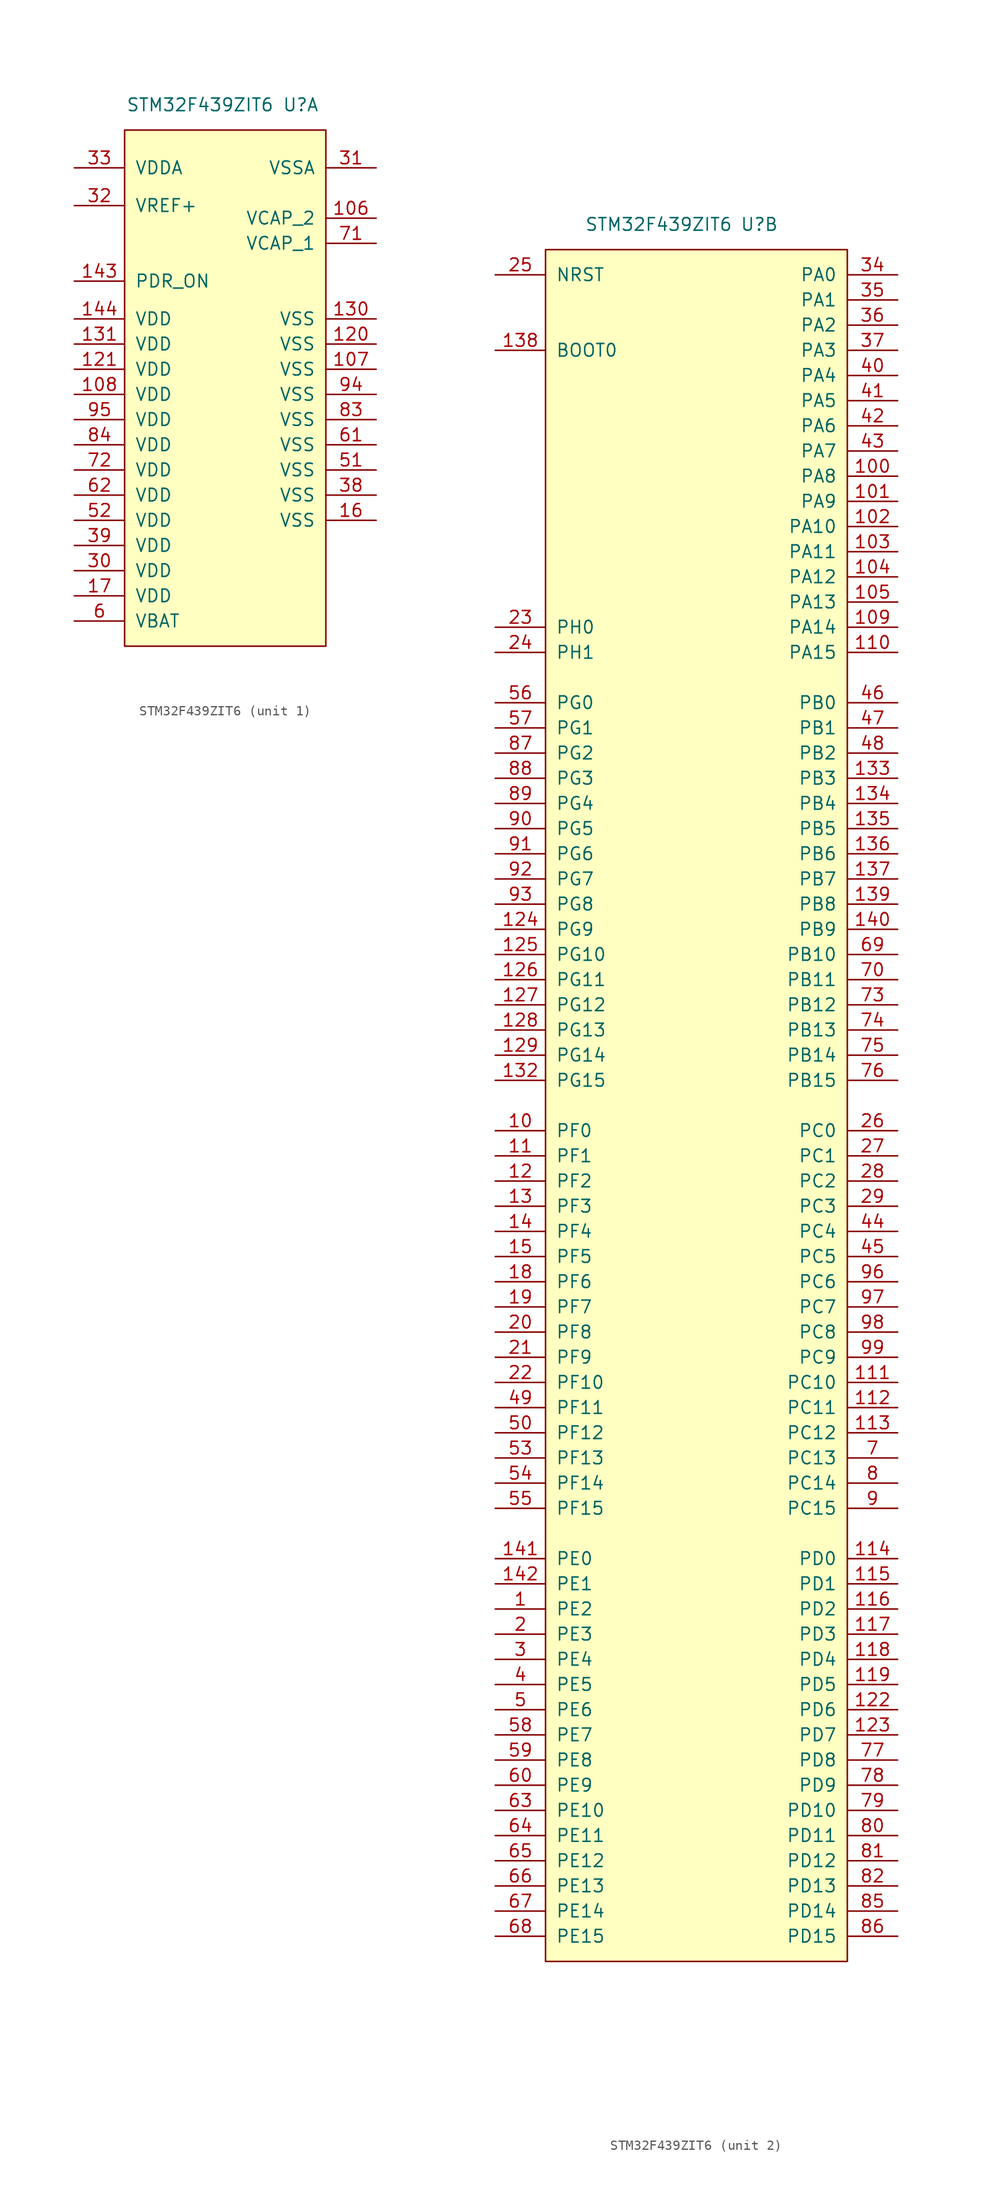
<source format=kicad_sym>
(kicad_symbol_lib
  (version 20211014)
  (generator kicad_symbol_editor)
  (symbol "STM32F439ZIT6"
    (pin_names
      (offset 1.016))
    (property "Reference" "U"
      (at 6.35 67.31 0)
      (effects (font (size 1.27 1.27))))
    (property "Value" "STM32F439ZIT6"
      (at -3.81 67.31 0)
      (effects (font (size 1.27 1.27))))
    (property "ki_locked" ""
      (at 0 0 0)
      (effects (font (size 1.27 1.27))))
    (symbol "STM32F439ZIT6_1_1"
      (rectangle (start -11.43 64.77) (end 8.89 12.7) (stroke (width 0) (type default) (color 0 0 0 0)) (fill (type background)))
      (pin power_in line (at 13.97 55.88 180) (length 5.08) (name "VCAP_2" (effects (font (size 1.27 1.27)))) (number "106" (effects (font (size 1.27 1.27)))))
      (pin power_in line (at 13.97 40.64 180) (length 5.08) (name "VSS" (effects (font (size 1.27 1.27)))) (number "107" (effects (font (size 1.27 1.27)))))
      (pin power_in line (at -16.51 38.1 0) (length 5.08) (name "VDD" (effects (font (size 1.27 1.27)))) (number "108" (effects (font (size 1.27 1.27)))))
      (pin power_in line (at 13.97 43.18 180) (length 5.08) (name "VSS" (effects (font (size 1.27 1.27)))) (number "120" (effects (font (size 1.27 1.27)))))
      (pin power_in line (at -16.51 40.64 0) (length 5.08) (name "VDD" (effects (font (size 1.27 1.27)))) (number "121" (effects (font (size 1.27 1.27)))))
      (pin power_in line (at 13.97 45.72 180) (length 5.08) (name "VSS" (effects (font (size 1.27 1.27)))) (number "130" (effects (font (size 1.27 1.27)))))
      (pin power_in line (at -16.51 43.18 0) (length 5.08) (name "VDD" (effects (font (size 1.27 1.27)))) (number "131" (effects (font (size 1.27 1.27)))))
      (pin input line (at -16.51 49.53 0) (length 5.08) (name "PDR_ON" (effects (font (size 1.27 1.27)))) (number "143" (effects (font (size 1.27 1.27)))))
      (pin power_in line (at -16.51 45.72 0) (length 5.08) (name "VDD" (effects (font (size 1.27 1.27)))) (number "144" (effects (font (size 1.27 1.27)))))
      (pin power_in line (at 13.97 25.4 180) (length 5.08) (name "VSS" (effects (font (size 1.27 1.27)))) (number "16" (effects (font (size 1.27 1.27)))))
      (pin power_in line (at -16.51 17.78 0) (length 5.08) (name "VDD" (effects (font (size 1.27 1.27)))) (number "17" (effects (font (size 1.27 1.27)))))
      (pin power_in line (at -16.51 20.32 0) (length 5.08) (name "VDD" (effects (font (size 1.27 1.27)))) (number "30" (effects (font (size 1.27 1.27)))))
      (pin power_in line (at 13.97 60.96 180) (length 5.08) (name "VSSA" (effects (font (size 1.27 1.27)))) (number "31" (effects (font (size 1.27 1.27)))))
      (pin power_in line (at -16.51 57.15 0) (length 5.08) (name "VREF+" (effects (font (size 1.27 1.27)))) (number "32" (effects (font (size 1.27 1.27)))))
      (pin power_in line (at -16.51 60.96 0) (length 5.08) (name "VDDA" (effects (font (size 1.27 1.27)))) (number "33" (effects (font (size 1.27 1.27)))))
      (pin power_in line (at 13.97 27.94 180) (length 5.08) (name "VSS" (effects (font (size 1.27 1.27)))) (number "38" (effects (font (size 1.27 1.27)))))
      (pin power_in line (at -16.51 22.86 0) (length 5.08) (name "VDD" (effects (font (size 1.27 1.27)))) (number "39" (effects (font (size 1.27 1.27)))))
      (pin power_in line (at 13.97 30.48 180) (length 5.08) (name "VSS" (effects (font (size 1.27 1.27)))) (number "51" (effects (font (size 1.27 1.27)))))
      (pin power_in line (at -16.51 25.4 0) (length 5.08) (name "VDD" (effects (font (size 1.27 1.27)))) (number "52" (effects (font (size 1.27 1.27)))))
      (pin power_in line (at -16.51 15.24 0) (length 5.08) (name "VBAT" (effects (font (size 1.27 1.27)))) (number "6" (effects (font (size 1.27 1.27)))))
      (pin power_in line (at 13.97 33.02 180) (length 5.08) (name "VSS" (effects (font (size 1.27 1.27)))) (number "61" (effects (font (size 1.27 1.27)))))
      (pin power_in line (at -16.51 27.94 0) (length 5.08) (name "VDD" (effects (font (size 1.27 1.27)))) (number "62" (effects (font (size 1.27 1.27)))))
      (pin power_in line (at 13.97 53.34 180) (length 5.08) (name "VCAP_1" (effects (font (size 1.27 1.27)))) (number "71" (effects (font (size 1.27 1.27)))))
      (pin power_in line (at -16.51 30.48 0) (length 5.08) (name "VDD" (effects (font (size 1.27 1.27)))) (number "72" (effects (font (size 1.27 1.27)))))
      (pin power_in line (at 13.97 35.56 180) (length 5.08) (name "VSS" (effects (font (size 1.27 1.27)))) (number "83" (effects (font (size 1.27 1.27)))))
      (pin power_in line (at -16.51 33.02 0) (length 5.08) (name "VDD" (effects (font (size 1.27 1.27)))) (number "84" (effects (font (size 1.27 1.27)))))
      (pin power_in line (at 13.97 38.1 180) (length 5.08) (name "VSS" (effects (font (size 1.27 1.27)))) (number "94" (effects (font (size 1.27 1.27)))))
      (pin power_in line (at -16.51 35.56 0) (length 5.08) (name "VDD" (effects (font (size 1.27 1.27)))) (number "95" (effects (font (size 1.27 1.27))))))
    (symbol "STM32F439ZIT6_2_1"
      (rectangle (start -15.24 64.77) (end 15.24 -107.95) (stroke (width 0) (type default) (color 0 0 0 0)) (fill (type background)))
      (pin bidirectional line (at -20.32 -72.39 0) (length 5.08) (name "PE2" (effects (font (size 1.27 1.27)))) (number "1" (effects (font (size 1.27 1.27)))))
      (pin bidirectional line (at -20.32 -24.13 0) (length 5.08) (name "PF0" (effects (font (size 1.27 1.27)))) (number "10" (effects (font (size 1.27 1.27)))))
      (pin bidirectional line (at 20.32 41.91 180) (length 5.08) (name "PA8" (effects (font (size 1.27 1.27)))) (number "100" (effects (font (size 1.27 1.27)))))
      (pin bidirectional line (at 20.32 39.37 180) (length 5.08) (name "PA9" (effects (font (size 1.27 1.27)))) (number "101" (effects (font (size 1.27 1.27)))))
      (pin bidirectional line (at 20.32 36.83 180) (length 5.08) (name "PA10" (effects (font (size 1.27 1.27)))) (number "102" (effects (font (size 1.27 1.27)))))
      (pin bidirectional line (at 20.32 34.29 180) (length 5.08) (name "PA11" (effects (font (size 1.27 1.27)))) (number "103" (effects (font (size 1.27 1.27)))))
      (pin bidirectional line (at 20.32 31.75 180) (length 5.08) (name "PA12" (effects (font (size 1.27 1.27)))) (number "104" (effects (font (size 1.27 1.27)))))
      (pin bidirectional line (at 20.32 29.21 180) (length 5.08) (name "PA13" (effects (font (size 1.27 1.27)))) (number "105" (effects (font (size 1.27 1.27)))))
      (pin bidirectional line (at 20.32 26.67 180) (length 5.08) (name "PA14" (effects (font (size 1.27 1.27)))) (number "109" (effects (font (size 1.27 1.27)))))
      (pin bidirectional line (at -20.32 -26.67 0) (length 5.08) (name "PF1" (effects (font (size 1.27 1.27)))) (number "11" (effects (font (size 1.27 1.27)))))
      (pin bidirectional line (at 20.32 24.13 180) (length 5.08) (name "PA15" (effects (font (size 1.27 1.27)))) (number "110" (effects (font (size 1.27 1.27)))))
      (pin bidirectional line (at 20.32 -49.53 180) (length 5.08) (name "PC10" (effects (font (size 1.27 1.27)))) (number "111" (effects (font (size 1.27 1.27)))))
      (pin bidirectional line (at 20.32 -52.07 180) (length 5.08) (name "PC11" (effects (font (size 1.27 1.27)))) (number "112" (effects (font (size 1.27 1.27)))))
      (pin bidirectional line (at 20.32 -54.61 180) (length 5.08) (name "PC12" (effects (font (size 1.27 1.27)))) (number "113" (effects (font (size 1.27 1.27)))))
      (pin bidirectional line (at 20.32 -67.31 180) (length 5.08) (name "PD0" (effects (font (size 1.27 1.27)))) (number "114" (effects (font (size 1.27 1.27)))))
      (pin bidirectional line (at 20.32 -69.85 180) (length 5.08) (name "PD1" (effects (font (size 1.27 1.27)))) (number "115" (effects (font (size 1.27 1.27)))))
      (pin bidirectional line (at 20.32 -72.39 180) (length 5.08) (name "PD2" (effects (font (size 1.27 1.27)))) (number "116" (effects (font (size 1.27 1.27)))))
      (pin bidirectional line (at 20.32 -74.93 180) (length 5.08) (name "PD3" (effects (font (size 1.27 1.27)))) (number "117" (effects (font (size 1.27 1.27)))))
      (pin bidirectional line (at 20.32 -77.47 180) (length 5.08) (name "PD4" (effects (font (size 1.27 1.27)))) (number "118" (effects (font (size 1.27 1.27)))))
      (pin bidirectional line (at 20.32 -80.01 180) (length 5.08) (name "PD5" (effects (font (size 1.27 1.27)))) (number "119" (effects (font (size 1.27 1.27)))))
      (pin bidirectional line (at -20.32 -29.21 0) (length 5.08) (name "PF2" (effects (font (size 1.27 1.27)))) (number "12" (effects (font (size 1.27 1.27)))))
      (pin bidirectional line (at 20.32 -82.55 180) (length 5.08) (name "PD6" (effects (font (size 1.27 1.27)))) (number "122" (effects (font (size 1.27 1.27)))))
      (pin bidirectional line (at 20.32 -85.09 180) (length 5.08) (name "PD7" (effects (font (size 1.27 1.27)))) (number "123" (effects (font (size 1.27 1.27)))))
      (pin bidirectional line (at -20.32 -3.81 0) (length 5.08) (name "PG9" (effects (font (size 1.27 1.27)))) (number "124" (effects (font (size 1.27 1.27)))))
      (pin bidirectional line (at -20.32 -6.35 0) (length 5.08) (name "PG10" (effects (font (size 1.27 1.27)))) (number "125" (effects (font (size 1.27 1.27)))))
      (pin bidirectional line (at -20.32 -8.89 0) (length 5.08) (name "PG11" (effects (font (size 1.27 1.27)))) (number "126" (effects (font (size 1.27 1.27)))))
      (pin bidirectional line (at -20.32 -11.43 0) (length 5.08) (name "PG12" (effects (font (size 1.27 1.27)))) (number "127" (effects (font (size 1.27 1.27)))))
      (pin bidirectional line (at -20.32 -13.97 0) (length 5.08) (name "PG13" (effects (font (size 1.27 1.27)))) (number "128" (effects (font (size 1.27 1.27)))))
      (pin bidirectional line (at -20.32 -16.51 0) (length 5.08) (name "PG14" (effects (font (size 1.27 1.27)))) (number "129" (effects (font (size 1.27 1.27)))))
      (pin bidirectional line (at -20.32 -31.75 0) (length 5.08) (name "PF3" (effects (font (size 1.27 1.27)))) (number "13" (effects (font (size 1.27 1.27)))))
      (pin bidirectional line (at -20.32 -19.05 0) (length 5.08) (name "PG15" (effects (font (size 1.27 1.27)))) (number "132" (effects (font (size 1.27 1.27)))))
      (pin bidirectional line (at 20.32 11.43 180) (length 5.08) (name "PB3" (effects (font (size 1.27 1.27)))) (number "133" (effects (font (size 1.27 1.27)))))
      (pin bidirectional line (at 20.32 8.89 180) (length 5.08) (name "PB4" (effects (font (size 1.27 1.27)))) (number "134" (effects (font (size 1.27 1.27)))))
      (pin bidirectional line (at 20.32 6.35 180) (length 5.08) (name "PB5" (effects (font (size 1.27 1.27)))) (number "135" (effects (font (size 1.27 1.27)))))
      (pin bidirectional line (at 20.32 3.81 180) (length 5.08) (name "PB6" (effects (font (size 1.27 1.27)))) (number "136" (effects (font (size 1.27 1.27)))))
      (pin bidirectional line (at 20.32 1.27 180) (length 5.08) (name "PB7" (effects (font (size 1.27 1.27)))) (number "137" (effects (font (size 1.27 1.27)))))
      (pin input line (at -20.32 54.61 0) (length 5.08) (name "BOOT0" (effects (font (size 1.27 1.27)))) (number "138" (effects (font (size 1.27 1.27)))))
      (pin bidirectional line (at 20.32 -1.27 180) (length 5.08) (name "PB8" (effects (font (size 1.27 1.27)))) (number "139" (effects (font (size 1.27 1.27)))))
      (pin bidirectional line (at -20.32 -34.29 0) (length 5.08) (name "PF4" (effects (font (size 1.27 1.27)))) (number "14" (effects (font (size 1.27 1.27)))))
      (pin bidirectional line (at 20.32 -3.81 180) (length 5.08) (name "PB9" (effects (font (size 1.27 1.27)))) (number "140" (effects (font (size 1.27 1.27)))))
      (pin bidirectional line (at -20.32 -67.31 0) (length 5.08) (name "PE0" (effects (font (size 1.27 1.27)))) (number "141" (effects (font (size 1.27 1.27)))))
      (pin bidirectional line (at -20.32 -69.85 0) (length 5.08) (name "PE1" (effects (font (size 1.27 1.27)))) (number "142" (effects (font (size 1.27 1.27)))))
      (pin bidirectional line (at -20.32 -36.83 0) (length 5.08) (name "PF5" (effects (font (size 1.27 1.27)))) (number "15" (effects (font (size 1.27 1.27)))))
      (pin bidirectional line (at -20.32 -39.37 0) (length 5.08) (name "PF6" (effects (font (size 1.27 1.27)))) (number "18" (effects (font (size 1.27 1.27)))))
      (pin bidirectional line (at -20.32 -41.91 0) (length 5.08) (name "PF7" (effects (font (size 1.27 1.27)))) (number "19" (effects (font (size 1.27 1.27)))))
      (pin bidirectional line (at -20.32 -74.93 0) (length 5.08) (name "PE3" (effects (font (size 1.27 1.27)))) (number "2" (effects (font (size 1.27 1.27)))))
      (pin bidirectional line (at -20.32 -44.45 0) (length 5.08) (name "PF8" (effects (font (size 1.27 1.27)))) (number "20" (effects (font (size 1.27 1.27)))))
      (pin bidirectional line (at -20.32 -46.99 0) (length 5.08) (name "PF9" (effects (font (size 1.27 1.27)))) (number "21" (effects (font (size 1.27 1.27)))))
      (pin bidirectional line (at -20.32 -49.53 0) (length 5.08) (name "PF10" (effects (font (size 1.27 1.27)))) (number "22" (effects (font (size 1.27 1.27)))))
      (pin input line (at -20.32 26.67 0) (length 5.08) (name "PH0" (effects (font (size 1.27 1.27)))) (number "23" (effects (font (size 1.27 1.27)))))
      (pin input line (at -20.32 24.13 0) (length 5.08) (name "PH1" (effects (font (size 1.27 1.27)))) (number "24" (effects (font (size 1.27 1.27)))))
      (pin input line (at -20.32 62.23 0) (length 5.08) (name "NRST" (effects (font (size 1.27 1.27)))) (number "25" (effects (font (size 1.27 1.27)))))
      (pin bidirectional line (at 20.32 -24.13 180) (length 5.08) (name "PC0" (effects (font (size 1.27 1.27)))) (number "26" (effects (font (size 1.27 1.27)))))
      (pin bidirectional line (at 20.32 -26.67 180) (length 5.08) (name "PC1" (effects (font (size 1.27 1.27)))) (number "27" (effects (font (size 1.27 1.27)))))
      (pin bidirectional line (at 20.32 -29.21 180) (length 5.08) (name "PC2" (effects (font (size 1.27 1.27)))) (number "28" (effects (font (size 1.27 1.27)))))
      (pin bidirectional line (at 20.32 -31.75 180) (length 5.08) (name "PC3" (effects (font (size 1.27 1.27)))) (number "29" (effects (font (size 1.27 1.27)))))
      (pin bidirectional line (at -20.32 -77.47 0) (length 5.08) (name "PE4" (effects (font (size 1.27 1.27)))) (number "3" (effects (font (size 1.27 1.27)))))
      (pin bidirectional line (at 20.32 62.23 180) (length 5.08) (name "PA0" (effects (font (size 1.27 1.27)))) (number "34" (effects (font (size 1.27 1.27)))))
      (pin bidirectional line (at 20.32 59.69 180) (length 5.08) (name "PA1" (effects (font (size 1.27 1.27)))) (number "35" (effects (font (size 1.27 1.27)))))
      (pin bidirectional line (at 20.32 57.15 180) (length 5.08) (name "PA2" (effects (font (size 1.27 1.27)))) (number "36" (effects (font (size 1.27 1.27)))))
      (pin bidirectional line (at 20.32 54.61 180) (length 5.08) (name "PA3" (effects (font (size 1.27 1.27)))) (number "37" (effects (font (size 1.27 1.27)))))
      (pin bidirectional line (at -20.32 -80.01 0) (length 5.08) (name "PE5" (effects (font (size 1.27 1.27)))) (number "4" (effects (font (size 1.27 1.27)))))
      (pin bidirectional line (at 20.32 52.07 180) (length 5.08) (name "PA4" (effects (font (size 1.27 1.27)))) (number "40" (effects (font (size 1.27 1.27)))))
      (pin bidirectional line (at 20.32 49.53 180) (length 5.08) (name "PA5" (effects (font (size 1.27 1.27)))) (number "41" (effects (font (size 1.27 1.27)))))
      (pin bidirectional line (at 20.32 46.99 180) (length 5.08) (name "PA6" (effects (font (size 1.27 1.27)))) (number "42" (effects (font (size 1.27 1.27)))))
      (pin bidirectional line (at 20.32 44.45 180) (length 5.08) (name "PA7" (effects (font (size 1.27 1.27)))) (number "43" (effects (font (size 1.27 1.27)))))
      (pin bidirectional line (at 20.32 -34.29 180) (length 5.08) (name "PC4" (effects (font (size 1.27 1.27)))) (number "44" (effects (font (size 1.27 1.27)))))
      (pin bidirectional line (at 20.32 -36.83 180) (length 5.08) (name "PC5" (effects (font (size 1.27 1.27)))) (number "45" (effects (font (size 1.27 1.27)))))
      (pin bidirectional line (at 20.32 19.05 180) (length 5.08) (name "PB0" (effects (font (size 1.27 1.27)))) (number "46" (effects (font (size 1.27 1.27)))))
      (pin bidirectional line (at 20.32 16.51 180) (length 5.08) (name "PB1" (effects (font (size 1.27 1.27)))) (number "47" (effects (font (size 1.27 1.27)))))
      (pin bidirectional line (at 20.32 13.97 180) (length 5.08) (name "PB2" (effects (font (size 1.27 1.27)))) (number "48" (effects (font (size 1.27 1.27)))))
      (pin bidirectional line (at -20.32 -52.07 0) (length 5.08) (name "PF11" (effects (font (size 1.27 1.27)))) (number "49" (effects (font (size 1.27 1.27)))))
      (pin bidirectional line (at -20.32 -82.55 0) (length 5.08) (name "PE6" (effects (font (size 1.27 1.27)))) (number "5" (effects (font (size 1.27 1.27)))))
      (pin bidirectional line (at -20.32 -54.61 0) (length 5.08) (name "PF12" (effects (font (size 1.27 1.27)))) (number "50" (effects (font (size 1.27 1.27)))))
      (pin bidirectional line (at -20.32 -57.15 0) (length 5.08) (name "PF13" (effects (font (size 1.27 1.27)))) (number "53" (effects (font (size 1.27 1.27)))))
      (pin bidirectional line (at -20.32 -59.69 0) (length 5.08) (name "PF14" (effects (font (size 1.27 1.27)))) (number "54" (effects (font (size 1.27 1.27)))))
      (pin bidirectional line (at -20.32 -62.23 0) (length 5.08) (name "PF15" (effects (font (size 1.27 1.27)))) (number "55" (effects (font (size 1.27 1.27)))))
      (pin bidirectional line (at -20.32 19.05 0) (length 5.08) (name "PG0" (effects (font (size 1.27 1.27)))) (number "56" (effects (font (size 1.27 1.27)))))
      (pin bidirectional line (at -20.32 16.51 0) (length 5.08) (name "PG1" (effects (font (size 1.27 1.27)))) (number "57" (effects (font (size 1.27 1.27)))))
      (pin bidirectional line (at -20.32 -85.09 0) (length 5.08) (name "PE7" (effects (font (size 1.27 1.27)))) (number "58" (effects (font (size 1.27 1.27)))))
      (pin bidirectional line (at -20.32 -87.63 0) (length 5.08) (name "PE8" (effects (font (size 1.27 1.27)))) (number "59" (effects (font (size 1.27 1.27)))))
      (pin bidirectional line (at -20.32 -90.17 0) (length 5.08) (name "PE9" (effects (font (size 1.27 1.27)))) (number "60" (effects (font (size 1.27 1.27)))))
      (pin bidirectional line (at -20.32 -92.71 0) (length 5.08) (name "PE10" (effects (font (size 1.27 1.27)))) (number "63" (effects (font (size 1.27 1.27)))))
      (pin bidirectional line (at -20.32 -95.25 0) (length 5.08) (name "PE11" (effects (font (size 1.27 1.27)))) (number "64" (effects (font (size 1.27 1.27)))))
      (pin bidirectional line (at -20.32 -97.79 0) (length 5.08) (name "PE12" (effects (font (size 1.27 1.27)))) (number "65" (effects (font (size 1.27 1.27)))))
      (pin bidirectional line (at -20.32 -100.33 0) (length 5.08) (name "PE13" (effects (font (size 1.27 1.27)))) (number "66" (effects (font (size 1.27 1.27)))))
      (pin bidirectional line (at -20.32 -102.87 0) (length 5.08) (name "PE14" (effects (font (size 1.27 1.27)))) (number "67" (effects (font (size 1.27 1.27)))))
      (pin bidirectional line (at -20.32 -105.41 0) (length 5.08) (name "PE15" (effects (font (size 1.27 1.27)))) (number "68" (effects (font (size 1.27 1.27)))))
      (pin bidirectional line (at 20.32 -6.35 180) (length 5.08) (name "PB10" (effects (font (size 1.27 1.27)))) (number "69" (effects (font (size 1.27 1.27)))))
      (pin bidirectional line (at 20.32 -57.15 180) (length 5.08) (name "PC13" (effects (font (size 1.27 1.27)))) (number "7" (effects (font (size 1.27 1.27)))))
      (pin bidirectional line (at 20.32 -8.89 180) (length 5.08) (name "PB11" (effects (font (size 1.27 1.27)))) (number "70" (effects (font (size 1.27 1.27)))))
      (pin bidirectional line (at 20.32 -11.43 180) (length 5.08) (name "PB12" (effects (font (size 1.27 1.27)))) (number "73" (effects (font (size 1.27 1.27)))))
      (pin bidirectional line (at 20.32 -13.97 180) (length 5.08) (name "PB13" (effects (font (size 1.27 1.27)))) (number "74" (effects (font (size 1.27 1.27)))))
      (pin bidirectional line (at 20.32 -16.51 180) (length 5.08) (name "PB14" (effects (font (size 1.27 1.27)))) (number "75" (effects (font (size 1.27 1.27)))))
      (pin bidirectional line (at 20.32 -19.05 180) (length 5.08) (name "PB15" (effects (font (size 1.27 1.27)))) (number "76" (effects (font (size 1.27 1.27)))))
      (pin bidirectional line (at 20.32 -87.63 180) (length 5.08) (name "PD8" (effects (font (size 1.27 1.27)))) (number "77" (effects (font (size 1.27 1.27)))))
      (pin bidirectional line (at 20.32 -90.17 180) (length 5.08) (name "PD9" (effects (font (size 1.27 1.27)))) (number "78" (effects (font (size 1.27 1.27)))))
      (pin bidirectional line (at 20.32 -92.71 180) (length 5.08) (name "PD10" (effects (font (size 1.27 1.27)))) (number "79" (effects (font (size 1.27 1.27)))))
      (pin bidirectional line (at 20.32 -59.69 180) (length 5.08) (name "PC14" (effects (font (size 1.27 1.27)))) (number "8" (effects (font (size 1.27 1.27)))))
      (pin bidirectional line (at 20.32 -95.25 180) (length 5.08) (name "PD11" (effects (font (size 1.27 1.27)))) (number "80" (effects (font (size 1.27 1.27)))))
      (pin bidirectional line (at 20.32 -97.79 180) (length 5.08) (name "PD12" (effects (font (size 1.27 1.27)))) (number "81" (effects (font (size 1.27 1.27)))))
      (pin bidirectional line (at 20.32 -100.33 180) (length 5.08) (name "PD13" (effects (font (size 1.27 1.27)))) (number "82" (effects (font (size 1.27 1.27)))))
      (pin bidirectional line (at 20.32 -102.87 180) (length 5.08) (name "PD14" (effects (font (size 1.27 1.27)))) (number "85" (effects (font (size 1.27 1.27)))))
      (pin bidirectional line (at 20.32 -105.41 180) (length 5.08) (name "PD15" (effects (font (size 1.27 1.27)))) (number "86" (effects (font (size 1.27 1.27)))))
      (pin bidirectional line (at -20.32 13.97 0) (length 5.08) (name "PG2" (effects (font (size 1.27 1.27)))) (number "87" (effects (font (size 1.27 1.27)))))
      (pin bidirectional line (at -20.32 11.43 0) (length 5.08) (name "PG3" (effects (font (size 1.27 1.27)))) (number "88" (effects (font (size 1.27 1.27)))))
      (pin bidirectional line (at -20.32 8.89 0) (length 5.08) (name "PG4" (effects (font (size 1.27 1.27)))) (number "89" (effects (font (size 1.27 1.27)))))
      (pin bidirectional line (at 20.32 -62.23 180) (length 5.08) (name "PC15" (effects (font (size 1.27 1.27)))) (number "9" (effects (font (size 1.27 1.27)))))
      (pin bidirectional line (at -20.32 6.35 0) (length 5.08) (name "PG5" (effects (font (size 1.27 1.27)))) (number "90" (effects (font (size 1.27 1.27)))))
      (pin bidirectional line (at -20.32 3.81 0) (length 5.08) (name "PG6" (effects (font (size 1.27 1.27)))) (number "91" (effects (font (size 1.27 1.27)))))
      (pin bidirectional line (at -20.32 1.27 0) (length 5.08) (name "PG7" (effects (font (size 1.27 1.27)))) (number "92" (effects (font (size 1.27 1.27)))))
      (pin bidirectional line (at -20.32 -1.27 0) (length 5.08) (name "PG8" (effects (font (size 1.27 1.27)))) (number "93" (effects (font (size 1.27 1.27)))))
      (pin bidirectional line (at 20.32 -39.37 180) (length 5.08) (name "PC6" (effects (font (size 1.27 1.27)))) (number "96" (effects (font (size 1.27 1.27)))))
      (pin bidirectional line (at 20.32 -41.91 180) (length 5.08) (name "PC7" (effects (font (size 1.27 1.27)))) (number "97" (effects (font (size 1.27 1.27)))))
      (pin bidirectional line (at 20.32 -44.45 180) (length 5.08) (name "PC8" (effects (font (size 1.27 1.27)))) (number "98" (effects (font (size 1.27 1.27)))))
      (pin bidirectional line (at 20.32 -46.99 180) (length 5.08) (name "PC9" (effects (font (size 1.27 1.27)))) (number "99" (effects (font (size 1.27 1.27))))))))
</source>
